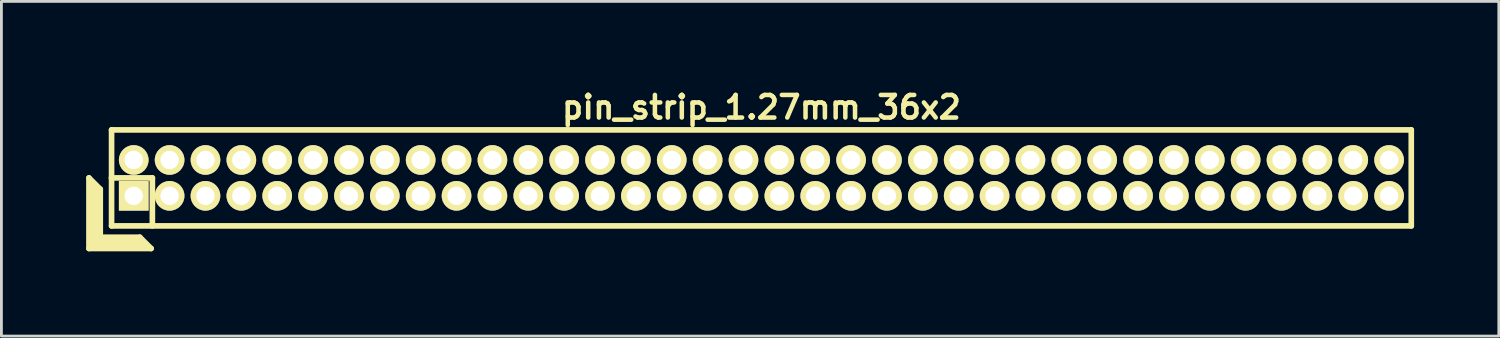
<source format=kicad_pcb>
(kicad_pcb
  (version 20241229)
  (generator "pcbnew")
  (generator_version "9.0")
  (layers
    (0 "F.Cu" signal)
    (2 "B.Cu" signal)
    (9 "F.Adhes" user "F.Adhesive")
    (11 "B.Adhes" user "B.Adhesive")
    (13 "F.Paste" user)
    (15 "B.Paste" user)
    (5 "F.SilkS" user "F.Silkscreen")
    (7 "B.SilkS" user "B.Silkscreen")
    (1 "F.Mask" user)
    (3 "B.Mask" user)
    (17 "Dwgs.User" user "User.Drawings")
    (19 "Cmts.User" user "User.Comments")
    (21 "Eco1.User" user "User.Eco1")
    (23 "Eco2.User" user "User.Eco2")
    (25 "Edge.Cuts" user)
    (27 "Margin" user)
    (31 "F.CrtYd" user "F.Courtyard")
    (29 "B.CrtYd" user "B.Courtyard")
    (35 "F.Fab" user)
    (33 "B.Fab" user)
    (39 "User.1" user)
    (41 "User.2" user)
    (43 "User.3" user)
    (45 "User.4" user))
  (footprint "pin_strip_1.27mm_36x2"
    (layer "F.Cu")
    (at 23.91 3.249)
    (property "Reference" "pin_strip_1.27mm_36x2" (at 0 -2.5 0) (layer "F.SilkS") (effects (font (size 0.8 0.8) (thickness 0.16))))
    (attr through_hole)
    (fp_line (start -23.81 0) (end -23.81 2.5) (stroke (width 0.2) (type solid)) (layer "F.SilkS"))
    (fp_line (start -23.81 0) (end -23.41 0.4) (stroke (width 0.2) (type solid)) (layer "F.SilkS"))
    (fp_line (start -23.81 2.5) (end -21.61 2.5) (stroke (width 0.2) (type solid)) (layer "F.SilkS"))
    (fp_line (start -23.71 2.4) (end -23.71 0.2) (stroke (width 0.2) (type solid)) (layer "F.SilkS"))
    (fp_line (start -23.71 2.4) (end -21.81 2.4) (stroke (width 0.2) (type solid)) (layer "F.SilkS"))
    (fp_line (start -23.61 2.3) (end -23.61 0.3) (stroke (width 0.2) (type solid)) (layer "F.SilkS"))
    (fp_line (start -23.61 2.3) (end -21.91 2.3) (stroke (width 0.2) (type solid)) (layer "F.SilkS"))
    (fp_line (start -23.51 2.2) (end -23.51 0.4) (stroke (width 0.2) (type solid)) (layer "F.SilkS"))
    (fp_line (start -23.51 2.2) (end -22.01 2.2) (stroke (width 0.2) (type solid)) (layer "F.SilkS"))
    (fp_line (start -23.41 2.1) (end -23.41 0.4) (stroke (width 0.2) (type solid)) (layer "F.SilkS"))
    (fp_line (start -23.41 2.1) (end -22.01 2.1) (stroke (width 0.2) (type solid)) (layer "F.SilkS"))
    (fp_line (start -23.015 0) (end -21.565 0) (stroke (width 0.2) (type solid)) (layer "F.SilkS"))
    (fp_line (start -23.01 -1.7) (end 23.01 -1.7) (stroke (width 0.2) (type solid)) (layer "F.SilkS"))
    (fp_line (start -23.01 1.7) (end -23.01 -1.7) (stroke (width 0.2) (type solid)) (layer "F.SilkS"))
    (fp_line (start -22.01 2.1) (end -21.61 2.5) (stroke (width 0.2) (type solid)) (layer "F.SilkS"))
    (fp_line (start -21.565 0) (end -21.565 1.7) (stroke (width 0.2) (type solid)) (layer "F.SilkS"))
    (fp_line (start 23.01 -1.7) (end 23.01 1.7) (stroke (width 0.2) (type solid)) (layer "F.SilkS"))
    (fp_line (start 23.01 1.7) (end -23.01 1.7) (stroke (width 0.2) (type solid)) (layer "F.SilkS"))
    (pad "1" thru_hole rect (at -22.225 0.635) (size 1.05 1.05) (drill 0.65) (layers "*.Cu" "*.Mask" "F.SilkS"))
    (pad "2" thru_hole oval (at -22.225 -0.635) (size 1.05 1.05) (drill 0.65) (layers "*.Cu" "*.Mask" "F.SilkS"))
    (pad "3" thru_hole oval (at -20.955 0.635) (size 1.05 1.05) (drill 0.65) (layers "*.Cu" "*.Mask" "F.SilkS"))
    (pad "4" thru_hole oval (at -20.955 -0.635) (size 1.05 1.05) (drill 0.65) (layers "*.Cu" "*.Mask" "F.SilkS"))
    (pad "5" thru_hole oval (at -19.685 0.635) (size 1.05 1.05) (drill 0.65) (layers "*.Cu" "*.Mask" "F.SilkS"))
    (pad "6" thru_hole oval (at -19.685 -0.635) (size 1.05 1.05) (drill 0.65) (layers "*.Cu" "*.Mask" "F.SilkS"))
    (pad "7" thru_hole oval (at -18.415 0.635) (size 1.05 1.05) (drill 0.65) (layers "*.Cu" "*.Mask" "F.SilkS"))
    (pad "8" thru_hole oval (at -18.415 -0.635) (size 1.05 1.05) (drill 0.65) (layers "*.Cu" "*.Mask" "F.SilkS"))
    (pad "9" thru_hole oval (at -17.145 0.635) (size 1.05 1.05) (drill 0.65) (layers "*.Cu" "*.Mask" "F.SilkS"))
    (pad "10" thru_hole oval (at -17.145 -0.635) (size 1.05 1.05) (drill 0.65) (layers "*.Cu" "*.Mask" "F.SilkS"))
    (pad "11" thru_hole oval (at -15.875 0.635) (size 1.05 1.05) (drill 0.65) (layers "*.Cu" "*.Mask" "F.SilkS"))
    (pad "12" thru_hole oval (at -15.875 -0.635) (size 1.05 1.05) (drill 0.65) (layers "*.Cu" "*.Mask" "F.SilkS"))
    (pad "13" thru_hole oval (at -14.605 0.635) (size 1.05 1.05) (drill 0.65) (layers "*.Cu" "*.Mask" "F.SilkS"))
    (pad "14" thru_hole oval (at -14.605 -0.635) (size 1.05 1.05) (drill 0.65) (layers "*.Cu" "*.Mask" "F.SilkS"))
    (pad "15" thru_hole oval (at -13.335 0.635) (size 1.05 1.05) (drill 0.65) (layers "*.Cu" "*.Mask" "F.SilkS"))
    (pad "16" thru_hole oval (at -13.335 -0.635) (size 1.05 1.05) (drill 0.65) (layers "*.Cu" "*.Mask" "F.SilkS"))
    (pad "17" thru_hole oval (at -12.065 0.635) (size 1.05 1.05) (drill 0.65) (layers "*.Cu" "*.Mask" "F.SilkS"))
    (pad "18" thru_hole oval (at -12.065 -0.635) (size 1.05 1.05) (drill 0.65) (layers "*.Cu" "*.Mask" "F.SilkS"))
    (pad "19" thru_hole oval (at -10.795 0.635) (size 1.05 1.05) (drill 0.65) (layers "*.Cu" "*.Mask" "F.SilkS"))
    (pad "20" thru_hole oval (at -10.795 -0.635) (size 1.05 1.05) (drill 0.65) (layers "*.Cu" "*.Mask" "F.SilkS"))
    (pad "21" thru_hole oval (at -9.525 0.635) (size 1.05 1.05) (drill 0.65) (layers "*.Cu" "*.Mask" "F.SilkS"))
    (pad "22" thru_hole oval (at -9.525 -0.635) (size 1.05 1.05) (drill 0.65) (layers "*.Cu" "*.Mask" "F.SilkS"))
    (pad "23" thru_hole oval (at -8.255 0.635) (size 1.05 1.05) (drill 0.65) (layers "*.Cu" "*.Mask" "F.SilkS"))
    (pad "24" thru_hole oval (at -8.255 -0.635) (size 1.05 1.05) (drill 0.65) (layers "*.Cu" "*.Mask" "F.SilkS"))
    (pad "25" thru_hole oval (at -6.985 0.635) (size 1.05 1.05) (drill 0.65) (layers "*.Cu" "*.Mask" "F.SilkS"))
    (pad "26" thru_hole oval (at -6.985 -0.635) (size 1.05 1.05) (drill 0.65) (layers "*.Cu" "*.Mask" "F.SilkS"))
    (pad "27" thru_hole oval (at -5.715 0.635) (size 1.05 1.05) (drill 0.65) (layers "*.Cu" "*.Mask" "F.SilkS"))
    (pad "28" thru_hole oval (at -5.715 -0.635) (size 1.05 1.05) (drill 0.65) (layers "*.Cu" "*.Mask" "F.SilkS"))
    (pad "29" thru_hole oval (at -4.445 0.635) (size 1.05 1.05) (drill 0.65) (layers "*.Cu" "*.Mask" "F.SilkS"))
    (pad "30" thru_hole oval (at -4.445 -0.635) (size 1.05 1.05) (drill 0.65) (layers "*.Cu" "*.Mask" "F.SilkS"))
    (pad "31" thru_hole oval (at -3.175 0.635) (size 1.05 1.05) (drill 0.65) (layers "*.Cu" "*.Mask" "F.SilkS"))
    (pad "32" thru_hole oval (at -3.175 -0.635) (size 1.05 1.05) (drill 0.65) (layers "*.Cu" "*.Mask" "F.SilkS"))
    (pad "33" thru_hole oval (at -1.905 0.635) (size 1.05 1.05) (drill 0.65) (layers "*.Cu" "*.Mask" "F.SilkS"))
    (pad "34" thru_hole oval (at -1.905 -0.635) (size 1.05 1.05) (drill 0.65) (layers "*.Cu" "*.Mask" "F.SilkS"))
    (pad "35" thru_hole oval (at -0.635 0.635) (size 1.05 1.05) (drill 0.65) (layers "*.Cu" "*.Mask" "F.SilkS"))
    (pad "36" thru_hole oval (at -0.635 -0.635) (size 1.05 1.05) (drill 0.65) (layers "*.Cu" "*.Mask" "F.SilkS"))
    (pad "37" thru_hole oval (at 0.635 0.635) (size 1.05 1.05) (drill 0.65) (layers "*.Cu" "*.Mask" "F.SilkS"))
    (pad "38" thru_hole oval (at 0.635 -0.635) (size 1.05 1.05) (drill 0.65) (layers "*.Cu" "*.Mask" "F.SilkS"))
    (pad "39" thru_hole oval (at 1.905 0.635) (size 1.05 1.05) (drill 0.65) (layers "*.Cu" "*.Mask" "F.SilkS"))
    (pad "40" thru_hole oval (at 1.905 -0.635) (size 1.05 1.05) (drill 0.65) (layers "*.Cu" "*.Mask" "F.SilkS"))
    (pad "41" thru_hole oval (at 3.175 0.635) (size 1.05 1.05) (drill 0.65) (layers "*.Cu" "*.Mask" "F.SilkS"))
    (pad "42" thru_hole oval (at 3.175 -0.635) (size 1.05 1.05) (drill 0.65) (layers "*.Cu" "*.Mask" "F.SilkS"))
    (pad "43" thru_hole oval (at 4.445 0.635) (size 1.05 1.05) (drill 0.65) (layers "*.Cu" "*.Mask" "F.SilkS"))
    (pad "44" thru_hole oval (at 4.445 -0.635) (size 1.05 1.05) (drill 0.65) (layers "*.Cu" "*.Mask" "F.SilkS"))
    (pad "45" thru_hole oval (at 5.715 0.635) (size 1.05 1.05) (drill 0.65) (layers "*.Cu" "*.Mask" "F.SilkS"))
    (pad "46" thru_hole oval (at 5.715 -0.635) (size 1.05 1.05) (drill 0.65) (layers "*.Cu" "*.Mask" "F.SilkS"))
    (pad "47" thru_hole oval (at 6.985 0.635) (size 1.05 1.05) (drill 0.65) (layers "*.Cu" "*.Mask" "F.SilkS"))
    (pad "48" thru_hole oval (at 6.985 -0.635) (size 1.05 1.05) (drill 0.65) (layers "*.Cu" "*.Mask" "F.SilkS"))
    (pad "49" thru_hole oval (at 8.255 0.635) (size 1.05 1.05) (drill 0.65) (layers "*.Cu" "*.Mask" "F.SilkS"))
    (pad "50" thru_hole oval (at 8.255 -0.635) (size 1.05 1.05) (drill 0.65) (layers "*.Cu" "*.Mask" "F.SilkS"))
    (pad "51" thru_hole circle (at 9.525 0.635) (size 1.05 1.05) (drill 0.65) (layers "*.Cu" "*.Mask" "F.SilkS"))
    (pad "52" thru_hole oval (at 9.525 -0.635) (size 1.05 1.05) (drill 0.65) (layers "*.Cu" "*.Mask" "F.SilkS"))
    (pad "53" thru_hole oval (at 10.795 0.635) (size 1.05 1.05) (drill 0.65) (layers "*.Cu" "*.Mask" "F.SilkS"))
    (pad "54" thru_hole oval (at 10.795 -0.635) (size 1.05 1.05) (drill 0.65) (layers "*.Cu" "*.Mask" "F.SilkS"))
    (pad "55" thru_hole oval (at 12.065 0.635) (size 1.05 1.05) (drill 0.65) (layers "*.Cu" "*.Mask" "F.SilkS"))
    (pad "56" thru_hole oval (at 12.065 -0.635) (size 1.05 1.05) (drill 0.65) (layers "*.Cu" "*.Mask" "F.SilkS"))
    (pad "57" thru_hole oval (at 13.335 0.635) (size 1.05 1.05) (drill 0.65) (layers "*.Cu" "*.Mask" "F.SilkS"))
    (pad "58" thru_hole oval (at 13.335 -0.635) (size 1.05 1.05) (drill 0.65) (layers "*.Cu" "*.Mask" "F.SilkS"))
    (pad "59" thru_hole oval (at 14.605 0.635) (size 1.05 1.05) (drill 0.65) (layers "*.Cu" "*.Mask" "F.SilkS"))
    (pad "60" thru_hole oval (at 14.605 -0.635) (size 1.05 1.05) (drill 0.65) (layers "*.Cu" "*.Mask" "F.SilkS"))
    (pad "61" thru_hole oval (at 15.875 0.635) (size 1.05 1.05) (drill 0.65) (layers "*.Cu" "*.Mask" "F.SilkS"))
    (pad "62" thru_hole oval (at 15.875 -0.635) (size 1.05 1.05) (drill 0.65) (layers "*.Cu" "*.Mask" "F.SilkS"))
    (pad "63" thru_hole oval (at 17.145 0.635) (size 1.05 1.05) (drill 0.65) (layers "*.Cu" "*.Mask" "F.SilkS"))
    (pad "64" thru_hole oval (at 17.145 -0.635) (size 1.05 1.05) (drill 0.65) (layers "*.Cu" "*.Mask" "F.SilkS"))
    (pad "65" thru_hole oval (at 18.415 0.635) (size 1.05 1.05) (drill 0.65) (layers "*.Cu" "*.Mask" "F.SilkS"))
    (pad "66" thru_hole oval (at 18.415 -0.635) (size 1.05 1.05) (drill 0.65) (layers "*.Cu" "*.Mask" "F.SilkS"))
    (pad "67" thru_hole oval (at 19.685 0.635) (size 1.05 1.05) (drill 0.65) (layers "*.Cu" "*.Mask" "F.SilkS"))
    (pad "68" thru_hole oval (at 19.685 -0.635) (size 1.05 1.05) (drill 0.65) (layers "*.Cu" "*.Mask" "F.SilkS"))
    (pad "69" thru_hole oval (at 20.955 0.635) (size 1.05 1.05) (drill 0.65) (layers "*.Cu" "*.Mask" "F.SilkS"))
    (pad "70" thru_hole oval (at 20.955 -0.635) (size 1.05 1.05) (drill 0.65) (layers "*.Cu" "*.Mask" "F.SilkS"))
    (pad "71" thru_hole oval (at 22.225 0.635) (size 1.05 1.05) (drill 0.65) (layers "*.Cu" "*.Mask" "F.SilkS"))
    (pad "72" thru_hole oval (at 22.225 -0.635) (size 1.05 1.05) (drill 0.65) (layers "*.Cu" "*.Mask" "F.SilkS")))
  (gr_rect
    (start -3 -3)
    (end 50.02 8.849)
    (stroke (width 0.1) (type default))
    (fill no)
    (layer "Edge.Cuts")))
</source>
